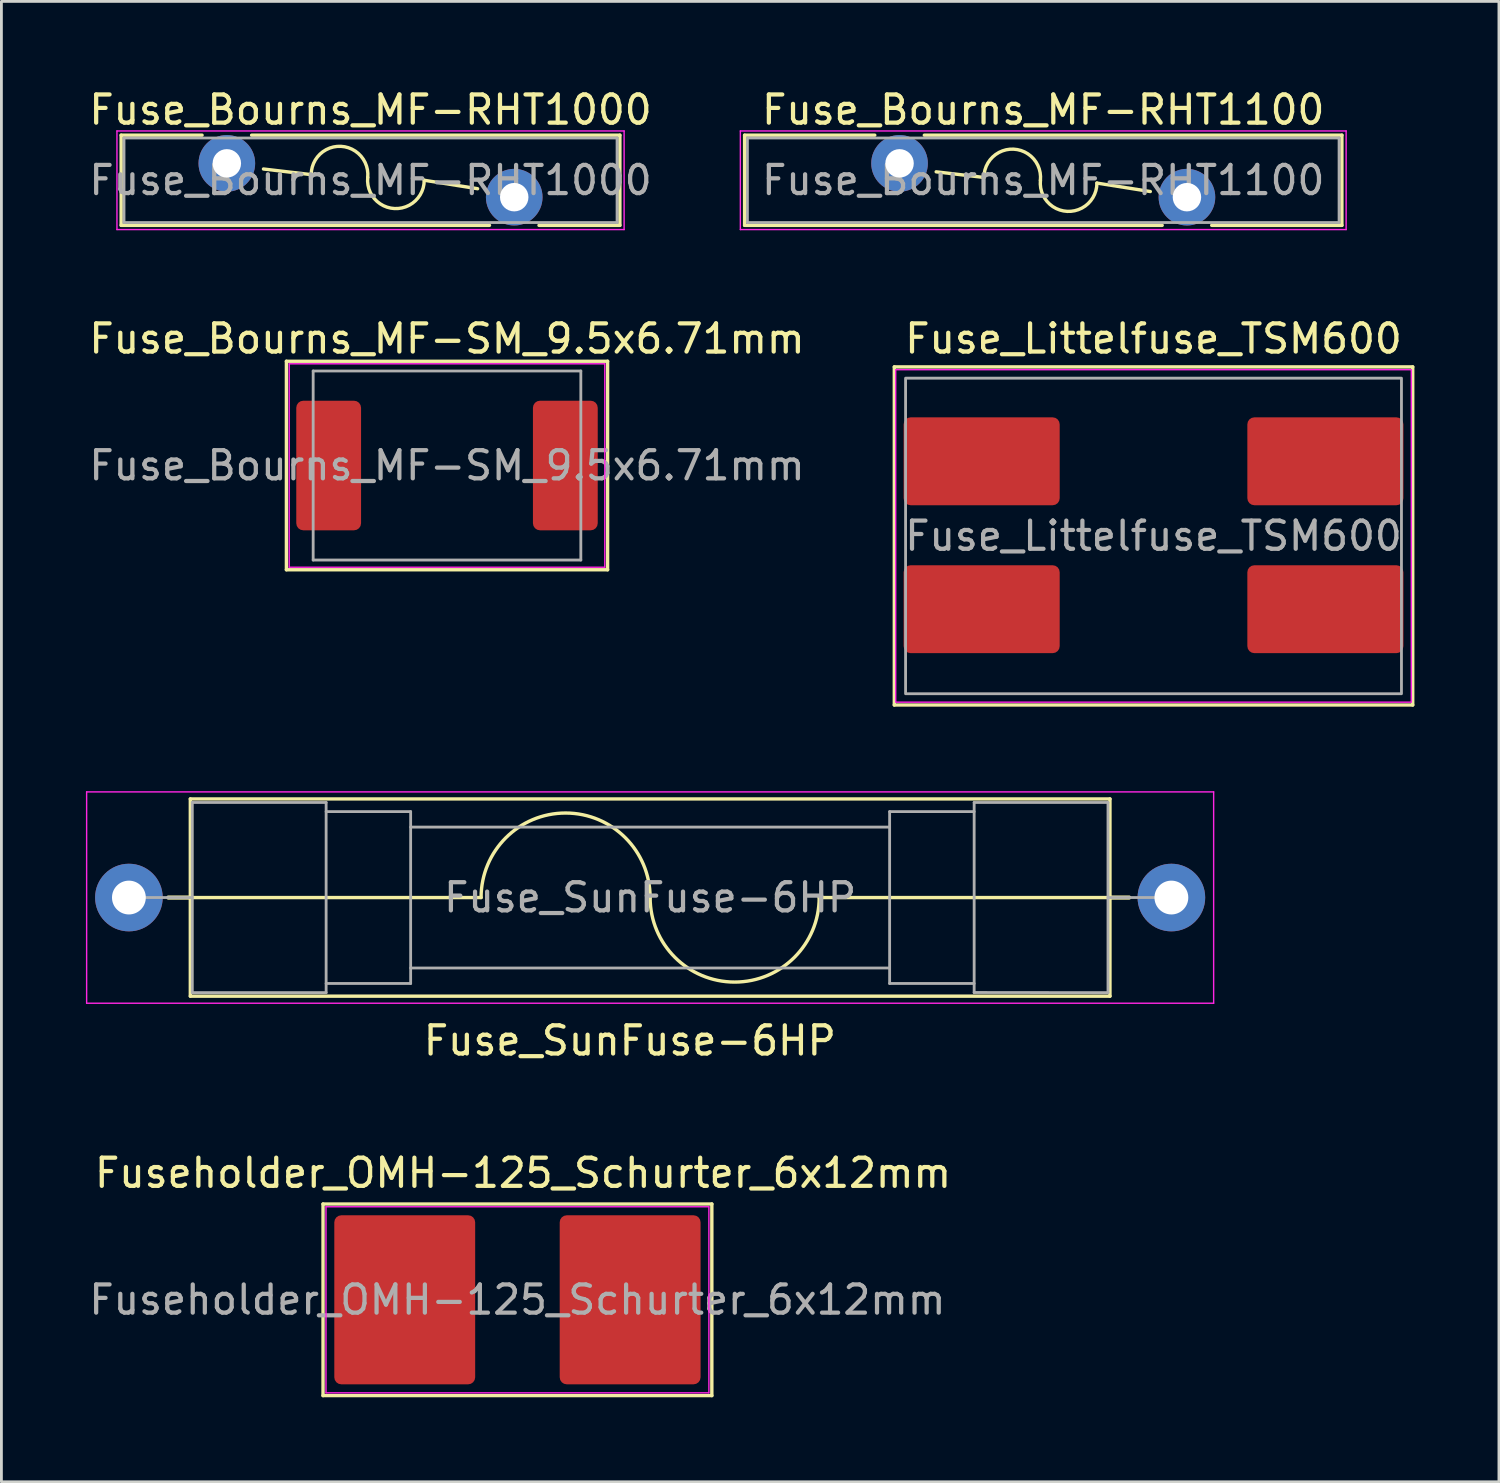
<source format=kicad_pcb>
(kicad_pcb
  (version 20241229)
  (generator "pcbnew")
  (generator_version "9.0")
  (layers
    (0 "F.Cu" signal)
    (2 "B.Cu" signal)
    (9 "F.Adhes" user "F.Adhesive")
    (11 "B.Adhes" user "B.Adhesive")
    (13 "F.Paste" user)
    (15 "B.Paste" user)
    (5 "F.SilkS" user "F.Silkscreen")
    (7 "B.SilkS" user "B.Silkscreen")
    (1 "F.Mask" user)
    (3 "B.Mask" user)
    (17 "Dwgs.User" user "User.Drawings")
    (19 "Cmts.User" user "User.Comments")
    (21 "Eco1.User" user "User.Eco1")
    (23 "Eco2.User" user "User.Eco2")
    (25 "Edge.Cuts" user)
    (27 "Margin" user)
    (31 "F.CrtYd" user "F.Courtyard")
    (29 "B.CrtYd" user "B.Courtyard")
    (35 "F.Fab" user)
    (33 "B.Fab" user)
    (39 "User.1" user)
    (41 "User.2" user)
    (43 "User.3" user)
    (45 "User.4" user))
  (footprint "Fuse_Bourns_MF-RHT1100"
    (layer "F.Cu")
    (at 28.877 2.748)
    (property "Reference" "Fuse_Bourns_MF-RHT1100" (at 5.1 -1.9 0) (layer "F.SilkS") (effects (font (size 1 1) (thickness 0.15))))
    (fp_line (start -5.5 -1) (end -5.5 2.2) (stroke (width 0.12) (type solid)) (layer "F.SilkS"))
    (fp_line (start -5.5 -1) (end -0.879 -1) (stroke (width 0.12) (type solid)) (layer "F.SilkS"))
    (fp_line (start -5.5 2.2) (end 9.322 2.2) (stroke (width 0.12) (type solid)) (layer "F.SilkS"))
    (fp_line (start 0.879 -1) (end 15.7 -1) (stroke (width 0.12) (type solid)) (layer "F.SilkS"))
    (fp_line (start 1.3 0.3) (end 2.995 0.5) (stroke (width 0.12) (type solid)) (layer "F.SilkS"))
    (fp_line (start 7.005 0.7) (end 8.9 1) (stroke (width 0.12) (type solid)) (layer "F.SilkS"))
    (fp_line (start 11.079 2.2) (end 15.7 2.2) (stroke (width 0.12) (type solid)) (layer "F.SilkS"))
    (fp_line (start 15.7 -1) (end 15.7 2.2) (stroke (width 0.12) (type solid)) (layer "F.SilkS"))
    (fp_arc (start 2.995014 0.5) (mid 4.050062 -0.503737) (end 4.999999 0.599999) (stroke (width 0.12) (type solid)) (layer "F.SilkS"))
    (fp_arc (start 7.004986 0.7) (mid 5.949938 1.703737) (end 5.000001 0.600001) (stroke (width 0.12) (type solid)) (layer "F.SilkS"))
    (fp_line (start -5.65 -1.15) (end -5.65 2.35) (stroke (width 0.05) (type solid)) (layer "F.CrtYd"))
    (fp_line (start -5.65 2.35) (end 15.85 2.35) (stroke (width 0.05) (type solid)) (layer "F.CrtYd"))
    (fp_line (start 15.85 -1.15) (end -5.65 -1.15) (stroke (width 0.05) (type solid)) (layer "F.CrtYd"))
    (fp_line (start 15.85 2.35) (end 15.85 -1.15) (stroke (width 0.05) (type solid)) (layer "F.CrtYd"))
    (fp_line (start -5.4 -0.9) (end -5.4 2.1) (stroke (width 0.1) (type solid)) (layer "F.Fab"))
    (fp_line (start -5.4 2.1) (end 15.6 2.1) (stroke (width 0.1) (type solid)) (layer "F.Fab"))
    (fp_line (start 15.6 -0.9) (end -5.4 -0.9) (stroke (width 0.1) (type solid)) (layer "F.Fab"))
    (fp_line (start 15.6 2.1) (end 15.6 -0.9) (stroke (width 0.1) (type solid)) (layer "F.Fab"))
    (fp_text user "${REFERENCE}" (at 5.1 0.6 0) (layer "F.Fab") (effects (font (size 1 1) (thickness 0.15))))
    (pad "1" thru_hole circle (at 0 0) (size 2.01 2.01) (drill 1.01) (layers "*.Cu" "*.Mask"))
    (pad "2" thru_hole circle (at 10.2 1.2) (size 2.01 2.01) (drill 1.01) (layers "*.Cu" "*.Mask")))
  (footprint "Fuse_Bourns_MF-SM_9.5x6.71mm"
    (layer "F.Cu")
    (at 12.815 13.472)
    (property "Reference" "Fuse_Bourns_MF-SM_9.5x6.71mm" (at 0 -4.5 0) (layer "F.SilkS") (effects (font (size 1 1) (thickness 0.15))))
    (attr smd)
    (fp_line (start -5.7 -3.7) (end -5.7 3.7) (stroke (width 0.12) (type solid)) (layer "F.SilkS"))
    (fp_line (start -5.7 3.7) (end 5.7 3.7) (stroke (width 0.12) (type solid)) (layer "F.SilkS"))
    (fp_line (start 5.7 -3.7) (end -5.7 -3.7) (stroke (width 0.12) (type solid)) (layer "F.SilkS"))
    (fp_line (start 5.7 3.7) (end 5.7 -3.7) (stroke (width 0.12) (type solid)) (layer "F.SilkS"))
    (fp_line (start -5.6 -3.61) (end 5.6 -3.61) (stroke (width 0.05) (type solid)) (layer "F.CrtYd"))
    (fp_line (start -5.6 3.61) (end -5.6 -3.61) (stroke (width 0.05) (type solid)) (layer "F.CrtYd"))
    (fp_line (start 5.6 -3.61) (end 5.6 3.61) (stroke (width 0.05) (type solid)) (layer "F.CrtYd"))
    (fp_line (start 5.6 3.61) (end -5.6 3.61) (stroke (width 0.05) (type solid)) (layer "F.CrtYd"))
    (fp_line (start -4.75 -3.355) (end 4.75 -3.355) (stroke (width 0.1) (type solid)) (layer "F.Fab"))
    (fp_line (start -4.75 3.355) (end -4.75 -3.355) (stroke (width 0.1) (type solid)) (layer "F.Fab"))
    (fp_line (start 4.75 -3.355) (end 4.75 3.355) (stroke (width 0.1) (type solid)) (layer "F.Fab"))
    (fp_line (start 4.75 3.355) (end -4.75 3.355) (stroke (width 0.1) (type solid)) (layer "F.Fab"))
    (fp_text user "${REFERENCE}" (at 0 0 0) (layer "F.Fab") (effects (font (size 1 1) (thickness 0.15))))
    (pad "1" smd roundrect (at -4.2 0) (size 2.3 4.6) (layers "F.Cu" "F.Mask" "F.Paste") (roundrect_rratio 0.109))
    (pad "2" smd roundrect (at 4.2 0) (size 2.3 4.6) (layers "F.Cu" "F.Mask" "F.Paste") (roundrect_rratio 0.109)))
  (footprint "Fuse_SunFuse-6HP"
    (layer "F.Cu")
    (at 1.525 28.806)
    (property "Reference" "Fuse_SunFuse-6HP" (at 17.78 5.08 0) (layer "F.SilkS") (effects (font (size 1 1) (thickness 0.15))))
    (fp_line (start 1.4 0) (end 2.18 0) (stroke (width 0.15) (type solid)) (layer "F.SilkS"))
    (fp_line (start 2.18 -3.5) (end 2.18 3.5) (stroke (width 0.12) (type solid)) (layer "F.SilkS"))
    (fp_line (start 2.18 -3.5) (end 34.82 -3.5) (stroke (width 0.12) (type solid)) (layer "F.SilkS"))
    (fp_line (start 2.18 3.5) (end 34.82 3.5) (stroke (width 0.12) (type solid)) (layer "F.SilkS"))
    (fp_line (start 12.5 0) (end 2.18 0) (stroke (width 0.12) (type solid)) (layer "F.SilkS"))
    (fp_line (start 24.5 0) (end 34.82 0) (stroke (width 0.12) (type solid)) (layer "F.SilkS"))
    (fp_line (start 34.82 0) (end 35.5 0) (stroke (width 0.15) (type solid)) (layer "F.SilkS"))
    (fp_line (start 34.82 3.5) (end 34.82 -3.5) (stroke (width 0.12) (type solid)) (layer "F.SilkS"))
    (fp_arc (start 12.5 0) (mid 15.5 -3) (end 18.5 0) (stroke (width 0.12) (type solid)) (layer "F.SilkS"))
    (fp_arc (start 24.5 0) (mid 21.5 3) (end 18.5 0) (stroke (width 0.12) (type solid)) (layer "F.SilkS"))
    (fp_line (start -1.5 -3.75) (end -1.5 3.75) (stroke (width 0.05) (type solid)) (layer "F.CrtYd"))
    (fp_line (start -1.5 -3.75) (end 38.5 -3.75) (stroke (width 0.05) (type solid)) (layer "F.CrtYd"))
    (fp_line (start -1.5 3.75) (end 38.5 3.75) (stroke (width 0.05) (type solid)) (layer "F.CrtYd"))
    (fp_line (start 38.5 3.75) (end 38.5 -3.75) (stroke (width 0.05) (type solid)) (layer "F.CrtYd"))
    (fp_line (start 0 0) (end 2.25 0) (stroke (width 0.1) (type solid)) (layer "F.Fab"))
    (fp_line (start 2.25 -3.375) (end 2.25 3.375) (stroke (width 0.1) (type solid)) (layer "F.Fab"))
    (fp_line (start 2.25 -3.375) (end 7 -3.375) (stroke (width 0.1) (type solid)) (layer "F.Fab"))
    (fp_line (start 2.25 3.375) (end 7 3.375) (stroke (width 0.1) (type solid)) (layer "F.Fab"))
    (fp_line (start 7 -3.375) (end 7 3.375) (stroke (width 0.1) (type solid)) (layer "F.Fab"))
    (fp_line (start 7 -3.05) (end 10 -3.05) (stroke (width 0.1) (type solid)) (layer "F.Fab"))
    (fp_line (start 7 3.05) (end 10 3.05) (stroke (width 0.1) (type solid)) (layer "F.Fab"))
    (fp_line (start 10 -2.5) (end 27 -2.5) (stroke (width 0.1) (type solid)) (layer "F.Fab"))
    (fp_line (start 10 2.5) (end 27 2.5) (stroke (width 0.1) (type solid)) (layer "F.Fab"))
    (fp_line (start 10 3.05) (end 10 -3.05) (stroke (width 0.1) (type solid)) (layer "F.Fab"))
    (fp_line (start 27 -3.05) (end 30 -3.05) (stroke (width 0.1) (type solid)) (layer "F.Fab"))
    (fp_line (start 27 3.05) (end 27 -3.05) (stroke (width 0.1) (type solid)) (layer "F.Fab"))
    (fp_line (start 27 3.05) (end 30 3.05) (stroke (width 0.1) (type solid)) (layer "F.Fab"))
    (fp_line (start 30 -3.375) (end 30 3.375) (stroke (width 0.1) (type solid)) (layer "F.Fab"))
    (fp_line (start 30 -3.375) (end 34.75 -3.375) (stroke (width 0.1) (type solid)) (layer "F.Fab"))
    (fp_line (start 30 3.37) (end 34.75 3.375) (stroke (width 0.1) (type solid)) (layer "F.Fab"))
    (fp_line (start 34.75 -3.375) (end 34.75 3.375) (stroke (width 0.1) (type solid)) (layer "F.Fab"))
    (fp_line (start 34.75 0) (end 37 0) (stroke (width 0.1) (type solid)) (layer "F.Fab"))
    (fp_text user "${REFERENCE}" (at 18.5 0 0) (layer "F.Fab") (effects (font (size 1 1) (thickness 0.15))))
    (pad "1" thru_hole circle (at 0 0) (size 2.4 2.4) (drill 1.2) (layers "*.Cu" "*.Mask"))
    (pad "2" thru_hole circle (at 37 0) (size 2.4 2.4) (drill 1.2) (layers "*.Cu" "*.Mask")))
  (footprint "Fuseholder_OMH-125_Schurter_6x12mm"
    (layer "F.Cu")
    (at 15.315 43.083)
    (property "Reference" "Fuseholder_OMH-125_Schurter_6x12mm" (at 0.2 -4.5 0) (layer "F.SilkS") (effects (font (size 1 1) (thickness 0.15))))
    (fp_line (start -6.9 -3.4) (end -6.9 3.4) (stroke (width 0.12) (type solid)) (layer "F.SilkS"))
    (fp_line (start -6.9 3.4) (end 6.9 3.4) (stroke (width 0.12) (type solid)) (layer "F.SilkS"))
    (fp_line (start 6.9 -3.4) (end -6.9 -3.4) (stroke (width 0.12) (type solid)) (layer "F.SilkS"))
    (fp_line (start 6.9 3.4) (end 6.9 -3.4) (stroke (width 0.12) (type solid)) (layer "F.SilkS"))
    (fp_line (start -6.795 -3.302) (end 6.795 -3.302) (stroke (width 0.05) (type solid)) (layer "F.CrtYd"))
    (fp_line (start -6.795 3.302) (end -6.795 -3.302) (stroke (width 0.05) (type solid)) (layer "F.CrtYd"))
    (fp_line (start 6.795 -3.302) (end 6.795 3.302) (stroke (width 0.05) (type solid)) (layer "F.CrtYd"))
    (fp_line (start 6.795 3.302) (end -6.795 3.302) (stroke (width 0.05) (type solid)) (layer "F.CrtYd"))
    (fp_text user "${REFERENCE}" (at 0 0 0) (layer "F.Fab") (effects (font (size 1 1) (thickness 0.15))))
    (pad "1" smd roundrect (at -4 0) (size 5 6) (layers "F.Cu" "F.Mask" "F.Paste") (roundrect_rratio 0.05))
    (pad "2" smd roundrect (at 4 0) (size 5 6) (layers "F.Cu" "F.Mask" "F.Paste") (roundrect_rratio 0.05)))
  (footprint "Fuse_Littelfuse_TSM600"
    (layer "F.Cu")
    (at 37.891 15.972)
    (property "Reference" "Fuse_Littelfuse_TSM600" (at 0 -7 0) (layer "F.SilkS") (effects (font (size 1 1) (thickness 0.15))))
    (fp_line (start -9.2 -6) (end -9.2 6) (stroke (width 0.12) (type solid)) (layer "F.SilkS"))
    (fp_line (start -9.2 6) (end 9.2 6) (stroke (width 0.12) (type solid)) (layer "F.SilkS"))
    (fp_line (start 9.2 -6) (end -9.2 -6) (stroke (width 0.12) (type solid)) (layer "F.SilkS"))
    (fp_line (start 9.2 6) (end 9.2 -6) (stroke (width 0.12) (type solid)) (layer "F.SilkS"))
    (fp_rect (start -9.15 -5.9) (end 9.15 5.9) (stroke (width 0.05) (type solid)) (fill no) (layer "F.CrtYd"))
    (fp_rect (start -8.8 -5.6) (end 8.8 5.6) (stroke (width 0.1) (type solid)) (fill no) (layer "F.Fab"))
    (fp_text user "${REFERENCE}" (at 0 0 0) (layer "F.Fab") (effects (font (size 1 1) (thickness 0.15))))
    (pad "1" smd roundrect (at -6.1 -2.65) (size 5.54 3.12) (layers "F.Cu" "F.Mask" "F.Paste") (roundrect_rratio 0.08))
    (pad "2" smd roundrect (at -6.1 2.6) (size 5.54 3.12) (layers "F.Cu" "F.Mask" "F.Paste") (roundrect_rratio 0.08))
    (pad "3" smd roundrect (at 6.1 2.6) (size 5.54 3.12) (layers "F.Cu" "F.Mask" "F.Paste") (roundrect_rratio 0.08))
    (pad "4" smd roundrect (at 6.1 -2.65) (size 5.54 3.12) (layers "F.Cu" "F.Mask" "F.Paste") (roundrect_rratio 0.08)))
  (footprint "Fuse_Bourns_MF-RHT1000"
    (layer "F.Cu")
    (at 5.001 2.748)
    (property "Reference" "Fuse_Bourns_MF-RHT1000" (at 5.1 -1.9 0) (layer "F.SilkS") (effects (font (size 1 1) (thickness 0.15))))
    (fp_line (start -3.751 -1) (end -3.751 2.2) (stroke (width 0.12) (type solid)) (layer "F.SilkS"))
    (fp_line (start -3.751 -1) (end -0.879 -1) (stroke (width 0.12) (type solid)) (layer "F.SilkS"))
    (fp_line (start -3.751 2.2) (end 9.322 2.2) (stroke (width 0.12) (type solid)) (layer "F.SilkS"))
    (fp_line (start 0.879 -1) (end 13.95 -1) (stroke (width 0.12) (type solid)) (layer "F.SilkS"))
    (fp_line (start 1.3 0.2) (end 2.995 0.4) (stroke (width 0.12) (type solid)) (layer "F.SilkS"))
    (fp_line (start 7.005 0.6) (end 8.9 0.9) (stroke (width 0.12) (type solid)) (layer "F.SilkS"))
    (fp_line (start 11.079 2.2) (end 13.95 2.2) (stroke (width 0.12) (type solid)) (layer "F.SilkS"))
    (fp_line (start 13.95 -1) (end 13.95 2.2) (stroke (width 0.12) (type solid)) (layer "F.SilkS"))
    (fp_arc (start 2.995014 0.4) (mid 4.050062 -0.603737) (end 4.999999 0.499999) (stroke (width 0.12) (type solid)) (layer "F.SilkS"))
    (fp_arc (start 7.004986 0.6) (mid 5.949938 1.603737) (end 5.000001 0.500001) (stroke (width 0.12) (type solid)) (layer "F.SilkS"))
    (fp_line (start -3.9 -1.15) (end -3.9 2.35) (stroke (width 0.05) (type solid)) (layer "F.CrtYd"))
    (fp_line (start -3.9 2.35) (end 14.1 2.35) (stroke (width 0.05) (type solid)) (layer "F.CrtYd"))
    (fp_line (start 14.1 -1.15) (end -3.9 -1.15) (stroke (width 0.05) (type solid)) (layer "F.CrtYd"))
    (fp_line (start 14.1 2.35) (end 14.1 -1.15) (stroke (width 0.05) (type solid)) (layer "F.CrtYd"))
    (fp_line (start -3.65 -0.9) (end -3.65 2.1) (stroke (width 0.1) (type solid)) (layer "F.Fab"))
    (fp_line (start -3.65 2.1) (end 13.85 2.1) (stroke (width 0.1) (type solid)) (layer "F.Fab"))
    (fp_line (start 13.85 -0.9) (end -3.65 -0.9) (stroke (width 0.1) (type solid)) (layer "F.Fab"))
    (fp_line (start 13.85 2.1) (end 13.85 -0.9) (stroke (width 0.1) (type solid)) (layer "F.Fab"))
    (fp_text user "${REFERENCE}" (at 5.1 0.6 0) (layer "F.Fab") (effects (font (size 1 1) (thickness 0.15))))
    (pad "1" thru_hole circle (at 0 0) (size 2.01 2.01) (drill 1.01) (layers "*.Cu" "*.Mask"))
    (pad "2" thru_hole circle (at 10.2 1.2) (size 2.01 2.01) (drill 1.01) (layers "*.Cu" "*.Mask")))
  (gr_rect
    (start -3 -3)
    (end 50.151 49.543)
    (stroke (width 0.1) (type default))
    (fill no)
    (layer "Edge.Cuts")))
</source>
